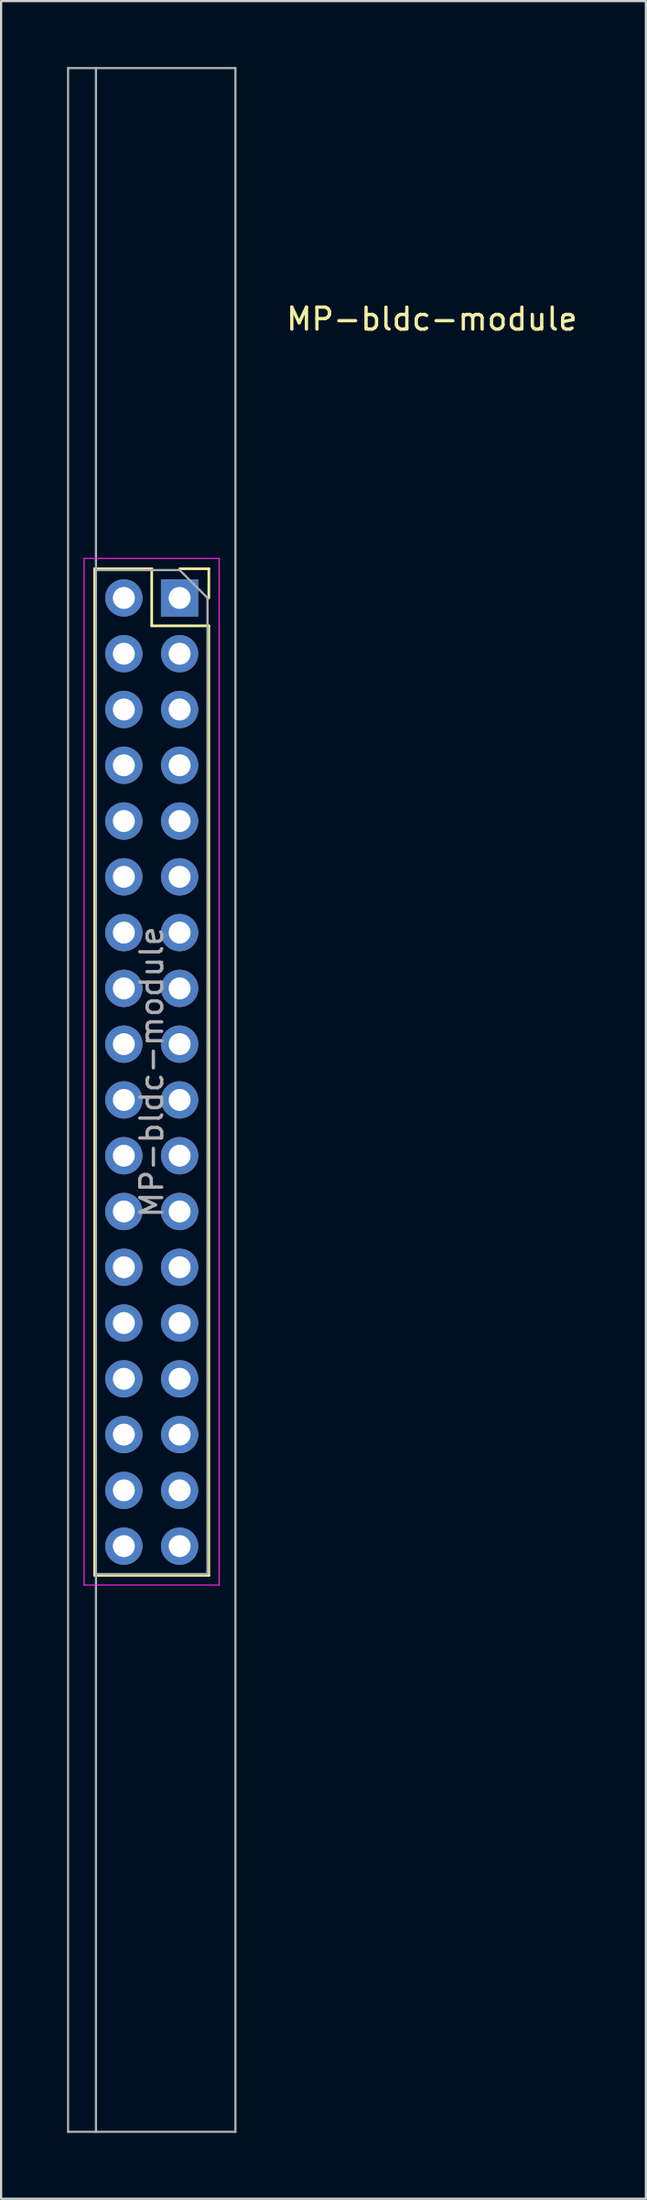
<source format=kicad_pcb>
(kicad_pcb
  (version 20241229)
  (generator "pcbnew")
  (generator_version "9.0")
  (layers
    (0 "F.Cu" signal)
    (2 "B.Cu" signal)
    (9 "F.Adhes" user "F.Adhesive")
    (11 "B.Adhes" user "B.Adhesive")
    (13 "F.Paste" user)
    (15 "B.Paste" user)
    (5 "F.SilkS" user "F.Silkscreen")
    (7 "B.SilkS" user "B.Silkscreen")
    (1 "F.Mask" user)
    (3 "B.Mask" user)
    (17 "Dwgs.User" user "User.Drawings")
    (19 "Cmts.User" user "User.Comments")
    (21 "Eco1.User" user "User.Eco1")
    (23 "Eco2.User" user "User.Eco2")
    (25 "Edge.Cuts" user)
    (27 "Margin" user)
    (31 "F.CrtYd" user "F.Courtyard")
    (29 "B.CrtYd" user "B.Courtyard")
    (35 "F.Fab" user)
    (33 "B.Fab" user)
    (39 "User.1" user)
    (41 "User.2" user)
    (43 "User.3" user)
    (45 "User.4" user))
  (footprint "MP-bldc-module"
    (layer "F.Cu")
    (at 5.19 24.18)
    (property "Reference" "MP-bldc-module" (at 11.43 -12.7 0) (layer "F.SilkS") (effects (font (size 1 1) (thickness 0.15))))
    (attr through_hole)
    (fp_line (start -3.93 -1.33) (end -3.93 44.51) (stroke (width 0.12) (type solid)) (layer "F.SilkS"))
    (fp_line (start -1.33 -1.33) (end -3.93 -1.33) (stroke (width 0.12) (type solid)) (layer "F.SilkS"))
    (fp_line (start -1.33 1.27) (end -1.33 -1.33) (stroke (width 0.12) (type solid)) (layer "F.SilkS"))
    (fp_line (start 1.27 -1.33) (end -0.06 -1.33) (stroke (width 0.12) (type solid)) (layer "F.SilkS"))
    (fp_line (start 1.27 0) (end 1.27 -1.33) (stroke (width 0.12) (type solid)) (layer "F.SilkS"))
    (fp_line (start 1.27 1.27) (end -1.33 1.27) (stroke (width 0.12) (type solid)) (layer "F.SilkS"))
    (fp_line (start 1.27 1.27) (end 1.27 44.51) (stroke (width 0.12) (type solid)) (layer "F.SilkS"))
    (fp_line (start 1.27 44.51) (end -3.93 44.51) (stroke (width 0.12) (type solid)) (layer "F.SilkS"))
    (fp_line (start -4.41 -1.8) (end 1.74 -1.8) (stroke (width 0.05) (type solid)) (layer "F.CrtYd"))
    (fp_line (start -4.41 44.95) (end -4.41 -1.8) (stroke (width 0.05) (type solid)) (layer "F.CrtYd"))
    (fp_line (start 1.74 -1.8) (end 1.74 44.95) (stroke (width 0.05) (type solid)) (layer "F.CrtYd"))
    (fp_line (start 1.74 44.95) (end -4.41 44.95) (stroke (width 0.05) (type solid)) (layer "F.CrtYd"))
    (fp_line (start -5.14 -24.13) (end -5.14 69.85) (stroke (width 0.1) (type solid)) (layer "F.Fab"))
    (fp_line (start -3.87 -24.13) (end -5.14 -24.13) (stroke (width 0.1) (type solid)) (layer "F.Fab"))
    (fp_line (start -3.87 -24.13) (end 2.48 -24.13) (stroke (width 0.1) (type solid)) (layer "F.Fab"))
    (fp_line (start -3.87 -1.27) (end -3.87 -24.13) (stroke (width 0.1) (type solid)) (layer "F.Fab"))
    (fp_line (start -3.87 -1.27) (end -3.87 44.45) (stroke (width 0.1) (type solid)) (layer "F.Fab"))
    (fp_line (start -3.87 44.45) (end -3.87 69.85) (stroke (width 0.1) (type solid)) (layer "F.Fab"))
    (fp_line (start -3.87 44.45) (end 1.21 44.45) (stroke (width 0.1) (type solid)) (layer "F.Fab"))
    (fp_line (start -3.87 69.85) (end -5.14 69.85) (stroke (width 0.1) (type solid)) (layer "F.Fab"))
    (fp_line (start -0.06 -1.27) (end -3.87 -1.27) (stroke (width 0.1) (type solid)) (layer "F.Fab"))
    (fp_line (start 1.21 0) (end -0.06 -1.27) (stroke (width 0.1) (type solid)) (layer "F.Fab"))
    (fp_line (start 1.21 44.45) (end 1.21 0) (stroke (width 0.1) (type solid)) (layer "F.Fab"))
    (fp_line (start 2.48 -24.13) (end 2.48 69.85) (stroke (width 0.1) (type solid)) (layer "F.Fab"))
    (fp_line (start 2.48 69.85) (end -3.87 69.85) (stroke (width 0.1) (type solid)) (layer "F.Fab"))
    (fp_text user "${REFERENCE}" (at -1.33 21.59 90) (layer "F.Fab") (effects (font (size 1 1) (thickness 0.15))))
    (pad "1" thru_hole oval (at -2.6 0) (size 1.7 1.7) (drill 1) (layers "*.Cu" "*.Mask"))
    (pad "1" thru_hole oval (at -2.6 2.54) (size 1.7 1.7) (drill 1) (layers "*.Cu" "*.Mask"))
    (pad "1" thru_hole oval (at -2.6 5.08) (size 1.7 1.7) (drill 1) (layers "*.Cu" "*.Mask"))
    (pad "1" thru_hole rect (at -0.06 0) (size 1.7 1.7) (drill 1) (layers "*.Cu" "*.Mask"))
    (pad "1" thru_hole oval (at -0.06 2.54) (size 1.7 1.7) (drill 1) (layers "*.Cu" "*.Mask"))
    (pad "1" thru_hole oval (at -0.06 5.08) (size 1.7 1.7) (drill 1) (layers "*.Cu" "*.Mask"))
    (pad "7" thru_hole oval (at -2.6 7.62) (size 1.7 1.7) (drill 1) (layers "*.Cu" "*.Mask"))
    (pad "7" thru_hole oval (at -2.6 10.16) (size 1.7 1.7) (drill 1) (layers "*.Cu" "*.Mask"))
    (pad "7" thru_hole oval (at -0.06 7.62) (size 1.7 1.7) (drill 1) (layers "*.Cu" "*.Mask"))
    (pad "7" thru_hole oval (at -0.06 10.16) (size 1.7 1.7) (drill 1) (layers "*.Cu" "*.Mask"))
    (pad "11" thru_hole oval (at -2.6 12.7) (size 1.7 1.7) (drill 1) (layers "*.Cu" "*.Mask"))
    (pad "11" thru_hole oval (at -2.6 15.24) (size 1.7 1.7) (drill 1) (layers "*.Cu" "*.Mask"))
    (pad "11" thru_hole oval (at -0.06 12.7) (size 1.7 1.7) (drill 1) (layers "*.Cu" "*.Mask"))
    (pad "11" thru_hole oval (at -0.06 15.24) (size 1.7 1.7) (drill 1) (layers "*.Cu" "*.Mask"))
    (pad "15" thru_hole oval (at -2.6 17.78) (size 1.7 1.7) (drill 1) (layers "*.Cu" "*.Mask"))
    (pad "15" thru_hole oval (at -2.6 20.32) (size 1.7 1.7) (drill 1) (layers "*.Cu" "*.Mask"))
    (pad "15" thru_hole oval (at -2.6 22.86) (size 1.7 1.7) (drill 1) (layers "*.Cu" "*.Mask"))
    (pad "15" thru_hole oval (at -0.06 17.78) (size 1.7 1.7) (drill 1) (layers "*.Cu" "*.Mask"))
    (pad "15" thru_hole oval (at -0.06 20.32) (size 1.7 1.7) (drill 1) (layers "*.Cu" "*.Mask"))
    (pad "15" thru_hole oval (at -0.06 22.86) (size 1.7 1.7) (drill 1) (layers "*.Cu" "*.Mask"))
    (pad "21" thru_hole oval (at -2.6 25.4) (size 1.7 1.7) (drill 1) (layers "*.Cu" "*.Mask"))
    (pad "21" thru_hole oval (at -2.6 27.94) (size 1.7 1.7) (drill 1) (layers "*.Cu" "*.Mask"))
    (pad "21" thru_hole oval (at -0.06 25.4) (size 1.7 1.7) (drill 1) (layers "*.Cu" "*.Mask"))
    (pad "21" thru_hole oval (at -0.06 27.94) (size 1.7 1.7) (drill 1) (layers "*.Cu" "*.Mask"))
    (pad "25" thru_hole oval (at -2.6 30.48) (size 1.7 1.7) (drill 1) (layers "*.Cu" "*.Mask"))
    (pad "25" thru_hole oval (at -0.06 30.48) (size 1.7 1.7) (drill 1) (layers "*.Cu" "*.Mask"))
    (pad "27" thru_hole oval (at -0.06 33.02) (size 1.7 1.7) (drill 1) (layers "*.Cu" "*.Mask"))
    (pad "28" thru_hole oval (at -2.6 33.02) (size 1.7 1.7) (drill 1) (layers "*.Cu" "*.Mask"))
    (pad "29" thru_hole oval (at -0.06 35.56) (size 1.7 1.7) (drill 1) (layers "*.Cu" "*.Mask"))
    (pad "30" thru_hole oval (at -2.6 35.56) (size 1.7 1.7) (drill 1) (layers "*.Cu" "*.Mask"))
    (pad "31" thru_hole oval (at -0.06 38.1) (size 1.7 1.7) (drill 1) (layers "*.Cu" "*.Mask"))
    (pad "32" thru_hole oval (at -2.6 38.1) (size 1.7 1.7) (drill 1) (layers "*.Cu" "*.Mask"))
    (pad "33" thru_hole oval (at -0.06 40.64) (size 1.7 1.7) (drill 1) (layers "*.Cu" "*.Mask"))
    (pad "34" thru_hole oval (at -2.6 40.64) (size 1.7 1.7) (drill 1) (layers "*.Cu" "*.Mask"))
    (pad "35" thru_hole oval (at -2.6 43.18) (size 1.7 1.7) (drill 1) (layers "*.Cu" "*.Mask"))
    (pad "35" thru_hole oval (at -0.06 43.18) (size 1.7 1.7) (drill 1) (layers "*.Cu" "*.Mask")))
  (gr_rect
    (start -3 -3)
    (end 26.364 97.08)
    (stroke (width 0.1) (type default))
    (fill no)
    (layer "Edge.Cuts")))
</source>
